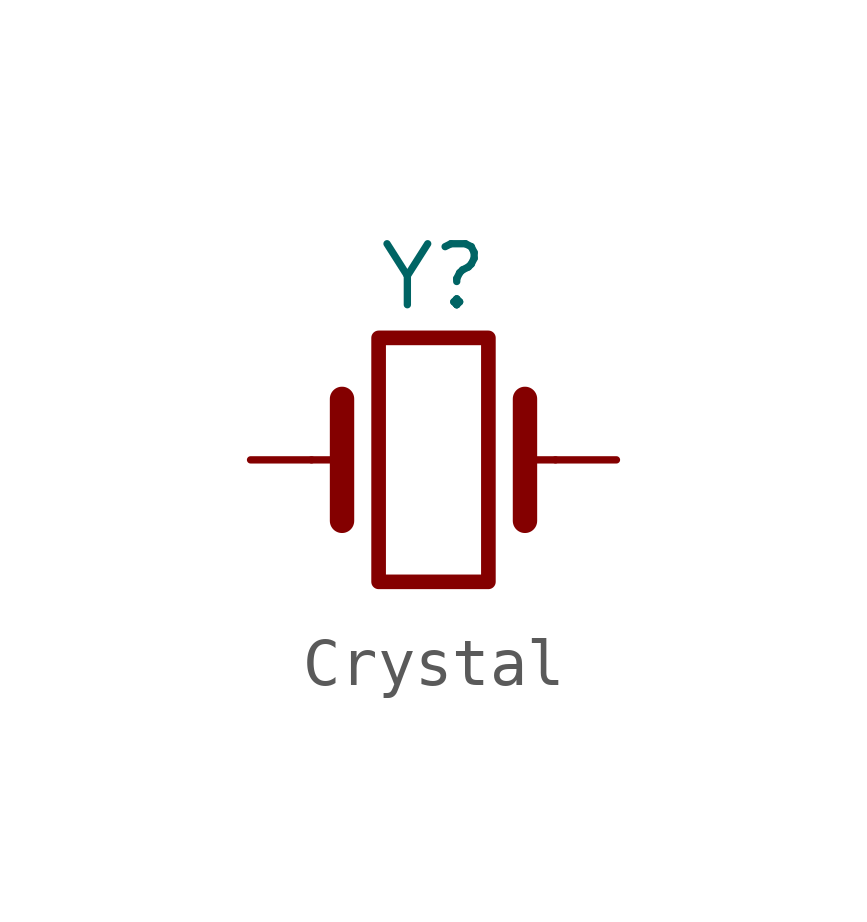
<source format=kicad_sym>
(kicad_symbol_lib
  (version 20211014)
  (generator kicad_symbol_editor)
  (symbol "Crystal"
    (pin_numbers hide)
    (pin_names
      (offset 1.016) hide)
    (property "Reference" "Y"
      (at 0 3.81 0)
      (effects (font (size 1.27 1.27))))
    (symbol "Crystal_0_1"
      (rectangle (start -1.143 2.54) (end 1.143 -2.54) (stroke (width 0.305) (type default) (color 0 0 0 0)) (fill (type none)))
      (polyline (pts (xy -2.54 0) (xy -1.905 0)) (stroke (width 0) (type default) (color 0 0 0 0)) (fill (type none)))
      (polyline (pts (xy -1.905 -1.27) (xy -1.905 1.27)) (stroke (width 0.508) (type default) (color 0 0 0 0)) (fill (type none)))
      (polyline (pts (xy 1.905 -1.27) (xy 1.905 1.27)) (stroke (width 0.508) (type default) (color 0 0 0 0)) (fill (type none)))
      (polyline (pts (xy 2.54 0) (xy 1.905 0)) (stroke (width 0) (type default) (color 0 0 0 0)) (fill (type none))))
    (symbol "Crystal_1_1"
      (pin passive line (at -3.81 0 0) (length 1.27) (name "1" (effects (font (size 1.27 1.27)))) (number "1" (effects (font (size 1.27 1.27)))))
      (pin passive line (at 3.81 0 180) (length 1.27) (name "2" (effects (font (size 1.27 1.27)))) (number "2" (effects (font (size 1.27 1.27))))))))
</source>
